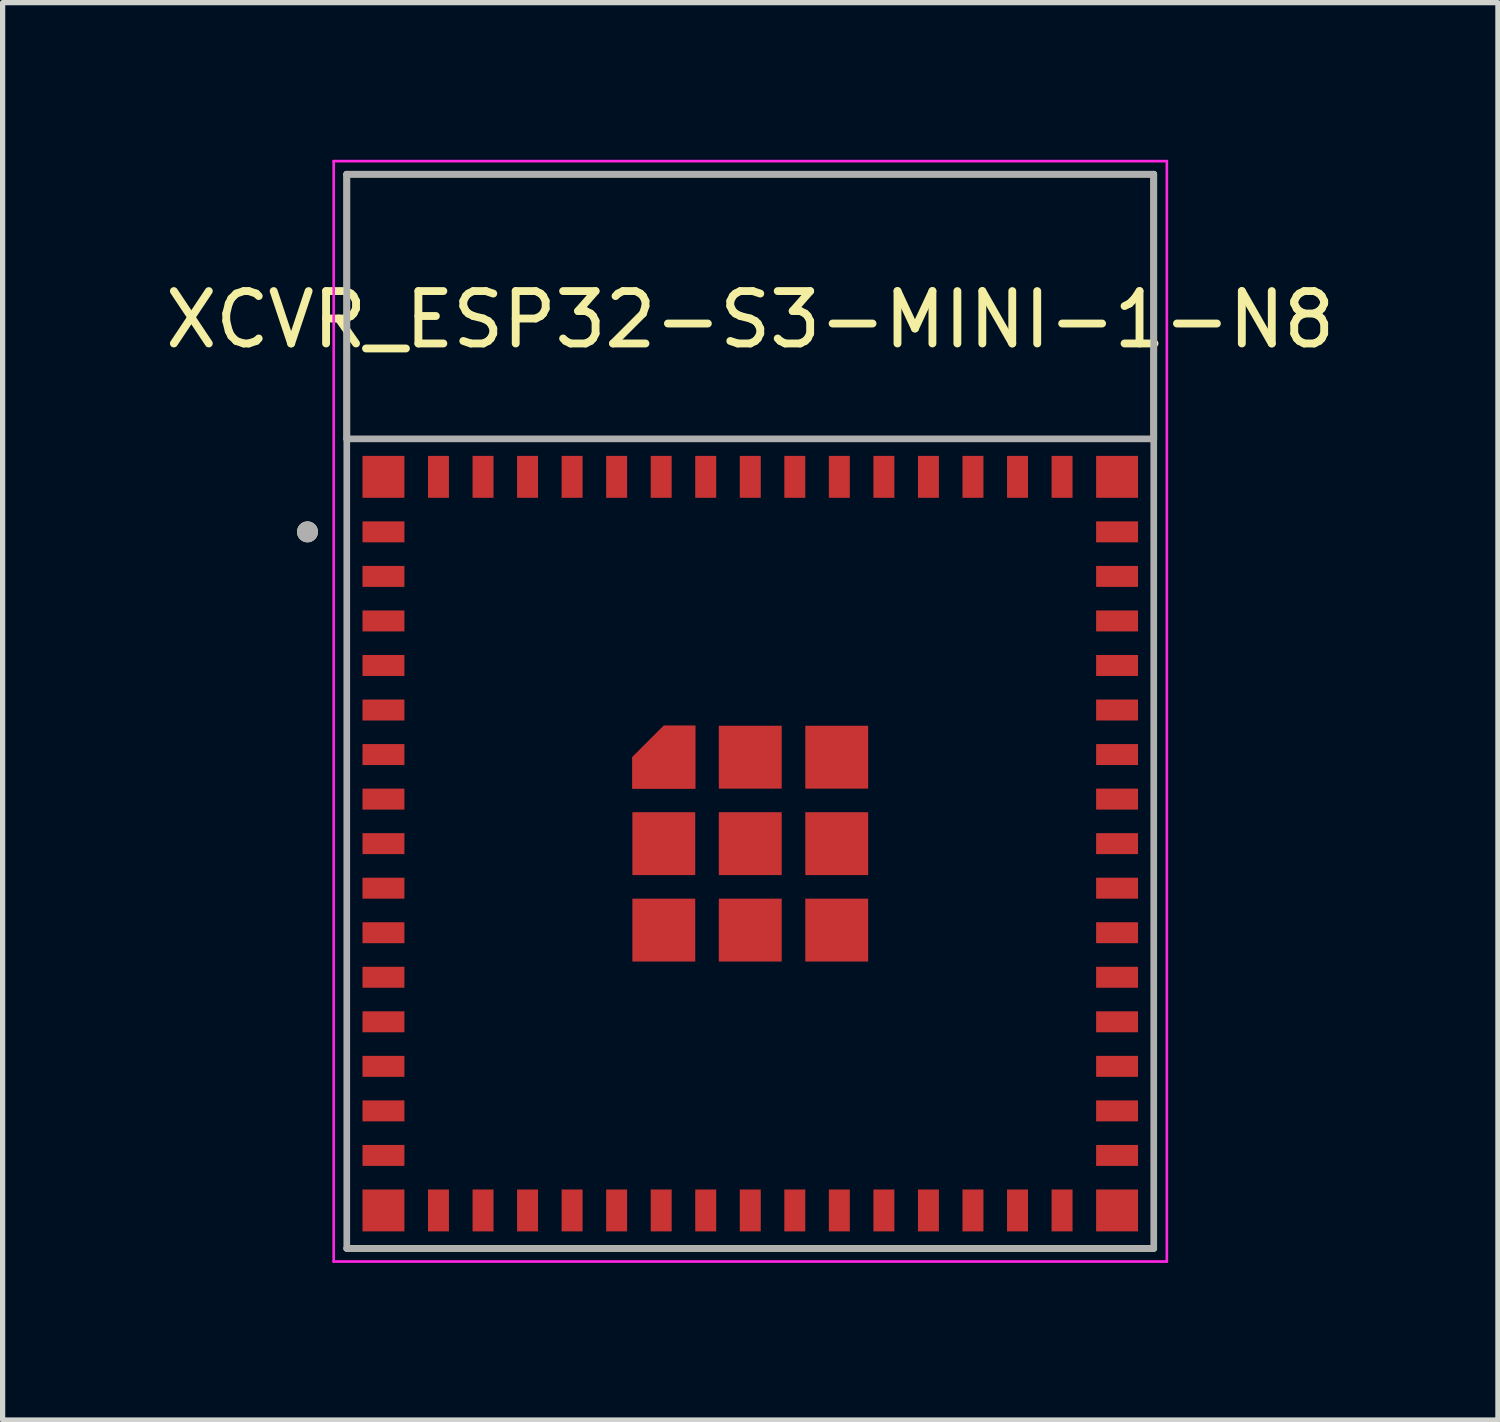
<source format=kicad_pcb>
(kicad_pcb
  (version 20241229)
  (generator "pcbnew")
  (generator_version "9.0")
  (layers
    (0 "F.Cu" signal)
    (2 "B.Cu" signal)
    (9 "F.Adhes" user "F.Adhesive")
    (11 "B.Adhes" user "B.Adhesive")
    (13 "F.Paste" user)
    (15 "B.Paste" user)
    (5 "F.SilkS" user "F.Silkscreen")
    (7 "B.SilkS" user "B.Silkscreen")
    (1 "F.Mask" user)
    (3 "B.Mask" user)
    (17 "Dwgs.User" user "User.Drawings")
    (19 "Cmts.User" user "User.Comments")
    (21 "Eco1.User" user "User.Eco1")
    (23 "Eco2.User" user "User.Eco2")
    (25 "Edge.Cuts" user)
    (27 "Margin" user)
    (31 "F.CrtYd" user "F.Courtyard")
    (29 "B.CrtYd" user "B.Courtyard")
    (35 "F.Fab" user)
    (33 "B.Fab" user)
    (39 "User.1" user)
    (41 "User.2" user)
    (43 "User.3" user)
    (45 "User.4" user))
  (footprint "XCVR_ESP32-S3-MINI-1-N8"
    (layer "F.Cu")
    (at 11.268 13.05)
    (property "Reference" "XCVR_ESP32-S3-MINI-1-N8" (at 0 -10 0) (layer "F.SilkS") (effects (font (size 1 1) (thickness 0.15))))
    (attr smd)
    (fp_poly (pts (xy -2.35 -0.95) (xy -0.95 -0.95) (xy -0.95 -2.35) (xy -1.7 -2.35) (xy -2.35 -1.7)) (stroke (width 0.01) (type solid)) (fill yes) (layer "F.Mask"))
    (fp_line (start -7.7 -12.775) (end 7.7 -12.775) (stroke (width 0.127) (type solid)) (layer "F.SilkS"))
    (fp_line (start -7.7 -7.725) (end -7.7 -12.775) (stroke (width 0.127) (type solid)) (layer "F.SilkS"))
    (fp_line (start 7.7 -12.775) (end 7.7 -7.725) (stroke (width 0.127) (type solid)) (layer "F.SilkS"))
    (fp_line (start 7.7 7.725) (end -7.7 7.725) (stroke (width 0.127) (type solid)) (layer "F.SilkS"))
    (fp_circle (center -8.45 -5.95) (end -8.35 -5.95) (stroke (width 0.2) (type solid)) (fill no) (layer "F.SilkS"))
    (fp_poly (pts (xy -2.25 -1.05) (xy -1.05 -1.05) (xy -1.05 -2.25) (xy -1.65 -2.25) (xy -2.25 -1.65)) (stroke (width 0.01) (type solid)) (fill yes) (layer "F.Paste"))
    (fp_line (start -7.95 -13.025) (end -7.95 7.975) (stroke (width 0.05) (type solid)) (layer "F.CrtYd"))
    (fp_line (start -7.95 7.975) (end 7.95 7.975) (stroke (width 0.05) (type solid)) (layer "F.CrtYd"))
    (fp_line (start 7.95 -13.025) (end -7.95 -13.025) (stroke (width 0.05) (type solid)) (layer "F.CrtYd"))
    (fp_line (start 7.95 7.975) (end 7.95 -13.025) (stroke (width 0.05) (type solid)) (layer "F.CrtYd"))
    (fp_line (start -7.7 -12.775) (end 7.7 -12.775) (stroke (width 0.127) (type solid)) (layer "F.Fab"))
    (fp_line (start -7.7 -7.725) (end -7.7 -12.775) (stroke (width 0.127) (type solid)) (layer "F.Fab"))
    (fp_line (start -7.7 -7.725) (end 7.7 -7.725) (stroke (width 0.127) (type solid)) (layer "F.Fab"))
    (fp_line (start -7.7 7.725) (end -7.7 -7.725) (stroke (width 0.127) (type solid)) (layer "F.Fab"))
    (fp_line (start 7.7 -12.775) (end 7.7 -7.725) (stroke (width 0.127) (type solid)) (layer "F.Fab"))
    (fp_line (start 7.7 -7.725) (end 7.7 7.725) (stroke (width 0.127) (type solid)) (layer "F.Fab"))
    (fp_line (start 7.7 7.725) (end -7.7 7.725) (stroke (width 0.127) (type solid)) (layer "F.Fab"))
    (fp_circle (center -8.45 -5.95) (end -8.35 -5.95) (stroke (width 0.2) (type solid)) (fill no) (layer "F.Fab"))
    (pad "1" smd rect (at -7 -5.95) (size 0.8 0.4) (layers "F.Cu" "F.Mask" "F.Paste"))
    (pad "2" smd rect (at -7 -5.1) (size 0.8 0.4) (layers "F.Cu" "F.Mask" "F.Paste"))
    (pad "3" smd rect (at -7 -4.25) (size 0.8 0.4) (layers "F.Cu" "F.Mask" "F.Paste"))
    (pad "4" smd rect (at -7 -3.4) (size 0.8 0.4) (layers "F.Cu" "F.Mask" "F.Paste"))
    (pad "5" smd rect (at -7 -2.55) (size 0.8 0.4) (layers "F.Cu" "F.Mask" "F.Paste"))
    (pad "6" smd rect (at -7 -1.7) (size 0.8 0.4) (layers "F.Cu" "F.Mask" "F.Paste"))
    (pad "7" smd rect (at -7 -0.85) (size 0.8 0.4) (layers "F.Cu" "F.Mask" "F.Paste"))
    (pad "8" smd rect (at -7 0) (size 0.8 0.4) (layers "F.Cu" "F.Mask" "F.Paste"))
    (pad "9" smd rect (at -7 0.85) (size 0.8 0.4) (layers "F.Cu" "F.Mask" "F.Paste"))
    (pad "10" smd rect (at -7 1.7) (size 0.8 0.4) (layers "F.Cu" "F.Mask" "F.Paste"))
    (pad "11" smd rect (at -7 2.55) (size 0.8 0.4) (layers "F.Cu" "F.Mask" "F.Paste"))
    (pad "12" smd rect (at -7 3.4) (size 0.8 0.4) (layers "F.Cu" "F.Mask" "F.Paste"))
    (pad "13" smd rect (at -7 4.25) (size 0.8 0.4) (layers "F.Cu" "F.Mask" "F.Paste"))
    (pad "14" smd rect (at -7 5.1) (size 0.8 0.4) (layers "F.Cu" "F.Mask" "F.Paste"))
    (pad "15" smd rect (at -7 5.95) (size 0.8 0.4) (layers "F.Cu" "F.Mask" "F.Paste"))
    (pad "16" smd rect (at -5.95 7) (size 0.4 0.8) (layers "F.Cu" "F.Mask" "F.Paste"))
    (pad "17" smd rect (at -5.1 7) (size 0.4 0.8) (layers "F.Cu" "F.Mask" "F.Paste"))
    (pad "18" smd rect (at -4.25 7) (size 0.4 0.8) (layers "F.Cu" "F.Mask" "F.Paste"))
    (pad "19" smd rect (at -3.4 7) (size 0.4 0.8) (layers "F.Cu" "F.Mask" "F.Paste"))
    (pad "20" smd rect (at -2.55 7) (size 0.4 0.8) (layers "F.Cu" "F.Mask" "F.Paste"))
    (pad "21" smd rect (at -1.7 7) (size 0.4 0.8) (layers "F.Cu" "F.Mask" "F.Paste"))
    (pad "22" smd rect (at -0.85 7) (size 0.4 0.8) (layers "F.Cu" "F.Mask" "F.Paste"))
    (pad "23" smd rect (at 0 7) (size 0.4 0.8) (layers "F.Cu" "F.Mask" "F.Paste"))
    (pad "24" smd rect (at 0.85 7) (size 0.4 0.8) (layers "F.Cu" "F.Mask" "F.Paste"))
    (pad "25" smd rect (at 1.7 7) (size 0.4 0.8) (layers "F.Cu" "F.Mask" "F.Paste"))
    (pad "26" smd rect (at 2.55 7) (size 0.4 0.8) (layers "F.Cu" "F.Mask" "F.Paste"))
    (pad "27" smd rect (at 3.4 7) (size 0.4 0.8) (layers "F.Cu" "F.Mask" "F.Paste"))
    (pad "28" smd rect (at 4.25 7) (size 0.4 0.8) (layers "F.Cu" "F.Mask" "F.Paste"))
    (pad "29" smd rect (at 5.1 7) (size 0.4 0.8) (layers "F.Cu" "F.Mask" "F.Paste"))
    (pad "30" smd rect (at 5.95 7) (size 0.4 0.8) (layers "F.Cu" "F.Mask" "F.Paste"))
    (pad "31" smd rect (at 7 5.95) (size 0.8 0.4) (layers "F.Cu" "F.Mask" "F.Paste"))
    (pad "32" smd rect (at 7 5.1) (size 0.8 0.4) (layers "F.Cu" "F.Mask" "F.Paste"))
    (pad "33" smd rect (at 7 4.25) (size 0.8 0.4) (layers "F.Cu" "F.Mask" "F.Paste"))
    (pad "34" smd rect (at 7 3.4) (size 0.8 0.4) (layers "F.Cu" "F.Mask" "F.Paste"))
    (pad "35" smd rect (at 7 2.55) (size 0.8 0.4) (layers "F.Cu" "F.Mask" "F.Paste"))
    (pad "36" smd rect (at 7 1.7) (size 0.8 0.4) (layers "F.Cu" "F.Mask" "F.Paste"))
    (pad "37" smd rect (at 7 0.85) (size 0.8 0.4) (layers "F.Cu" "F.Mask" "F.Paste"))
    (pad "38" smd rect (at 7 0) (size 0.8 0.4) (layers "F.Cu" "F.Mask" "F.Paste"))
    (pad "39" smd rect (at 7 -0.85) (size 0.8 0.4) (layers "F.Cu" "F.Mask" "F.Paste"))
    (pad "40" smd rect (at 7 -1.7) (size 0.8 0.4) (layers "F.Cu" "F.Mask" "F.Paste"))
    (pad "41" smd rect (at 7 -2.55) (size 0.8 0.4) (layers "F.Cu" "F.Mask" "F.Paste"))
    (pad "42" smd rect (at 7 -3.4) (size 0.8 0.4) (layers "F.Cu" "F.Mask" "F.Paste"))
    (pad "43" smd rect (at 7 -4.25) (size 0.8 0.4) (layers "F.Cu" "F.Mask" "F.Paste"))
    (pad "44" smd rect (at 7 -5.1) (size 0.8 0.4) (layers "F.Cu" "F.Mask" "F.Paste"))
    (pad "45" smd rect (at 7 -5.95) (size 0.8 0.4) (layers "F.Cu" "F.Mask" "F.Paste"))
    (pad "46" smd rect (at 5.95 -7) (size 0.4 0.8) (layers "F.Cu" "F.Mask" "F.Paste"))
    (pad "47" smd rect (at 5.1 -7) (size 0.4 0.8) (layers "F.Cu" "F.Mask" "F.Paste"))
    (pad "48" smd rect (at 4.25 -7) (size 0.4 0.8) (layers "F.Cu" "F.Mask" "F.Paste"))
    (pad "49" smd rect (at 3.4 -7) (size 0.4 0.8) (layers "F.Cu" "F.Mask" "F.Paste"))
    (pad "50" smd rect (at 2.55 -7) (size 0.4 0.8) (layers "F.Cu" "F.Mask" "F.Paste"))
    (pad "51" smd rect (at 1.7 -7) (size 0.4 0.8) (layers "F.Cu" "F.Mask" "F.Paste"))
    (pad "52" smd rect (at 0.85 -7) (size 0.4 0.8) (layers "F.Cu" "F.Mask" "F.Paste"))
    (pad "53" smd rect (at 0 -7) (size 0.4 0.8) (layers "F.Cu" "F.Mask" "F.Paste"))
    (pad "54" smd rect (at -0.85 -7) (size 0.4 0.8) (layers "F.Cu" "F.Mask" "F.Paste"))
    (pad "55" smd rect (at -1.7 -7) (size 0.4 0.8) (layers "F.Cu" "F.Mask" "F.Paste"))
    (pad "56" smd rect (at -2.55 -7) (size 0.4 0.8) (layers "F.Cu" "F.Mask" "F.Paste"))
    (pad "57" smd rect (at -3.4 -7) (size 0.4 0.8) (layers "F.Cu" "F.Mask" "F.Paste"))
    (pad "58" smd rect (at -4.25 -7) (size 0.4 0.8) (layers "F.Cu" "F.Mask" "F.Paste"))
    (pad "59" smd rect (at -5.1 -7) (size 0.4 0.8) (layers "F.Cu" "F.Mask" "F.Paste"))
    (pad "60" smd rect (at -5.95 -7) (size 0.4 0.8) (layers "F.Cu" "F.Mask" "F.Paste"))
    (pad "61" smd custom (at -1.65 -1.65) (size 0.4 0.4) (layers "F.Cu") (options (anchor rect)) (primitives (gr_poly (pts (xy -0.6 0.6) (xy 0.6 0.6) (xy 0.6 -0.6) (xy 0 -0.6) (xy -0.6 0)) (width 0.01) (fill yes))))
    (pad "61" smd rect (at -1.65 0) (size 1.2 1.2) (layers "F.Cu" "F.Mask" "F.Paste"))
    (pad "61" smd rect (at -1.65 1.65) (size 1.2 1.2) (layers "F.Cu" "F.Mask" "F.Paste"))
    (pad "61" smd rect (at 0 -1.65) (size 1.2 1.2) (layers "F.Cu" "F.Mask" "F.Paste"))
    (pad "61" smd rect (at 0 0) (size 1.2 1.2) (layers "F.Cu" "F.Mask" "F.Paste"))
    (pad "61" smd rect (at 0 1.65) (size 1.2 1.2) (layers "F.Cu" "F.Mask" "F.Paste"))
    (pad "61" smd rect (at 1.65 -1.65) (size 1.2 1.2) (layers "F.Cu" "F.Mask" "F.Paste"))
    (pad "61" smd rect (at 1.65 0) (size 1.2 1.2) (layers "F.Cu" "F.Mask" "F.Paste"))
    (pad "61" smd rect (at 1.65 1.65) (size 1.2 1.2) (layers "F.Cu" "F.Mask" "F.Paste"))
    (pad "62" smd rect (at -7 -7) (size 0.8 0.8) (layers "F.Cu" "F.Mask" "F.Paste"))
    (pad "63" smd rect (at -7 7) (size 0.8 0.8) (layers "F.Cu" "F.Mask" "F.Paste"))
    (pad "64" smd rect (at 7 7) (size 0.8 0.8) (layers "F.Cu" "F.Mask" "F.Paste"))
    (pad "65" smd rect (at 7 -7) (size 0.8 0.8) (layers "F.Cu" "F.Mask" "F.Paste"))
    (zone (net_name "") (layer "F.Cu") (hatch full 0.508) (connect_pads) (min_thickness 0.01) (filled_areas_thickness no) (keepout (tracks not_allowed) (vias not_allowed) (pads not_allowed) (copperpour not_allowed) (footprints allowed)) (placement (enabled no)) (fill) (polygon (pts (xy 3.568 0.275) (xy 18.968 0.275) (xy 18.968 5.325) (xy 3.568 5.325))))
    (zone (net_name "") (layers "F.Cu" "B.Cu") (hatch full 0.508) (connect_pads) (min_thickness 0.01) (filled_areas_thickness no) (keepout (tracks allowed) (vias not_allowed) (pads allowed) (copperpour allowed) (footprints allowed)) (placement (enabled no)) (fill) (polygon (pts (xy 3.568 0.275) (xy 18.968 0.275) (xy 18.968 5.325) (xy 3.568 5.325))))
    (zone (net_name "") (layer "B.Cu") (hatch full 0.508) (connect_pads) (min_thickness 0.01) (filled_areas_thickness no) (keepout (tracks not_allowed) (vias not_allowed) (pads not_allowed) (copperpour not_allowed) (footprints allowed)) (placement (enabled no)) (fill) (polygon (pts (xy 3.568 0.275) (xy 18.968 0.275) (xy 18.968 5.325) (xy 3.568 5.325)))))
  (gr_rect
    (start -3 -3)
    (end 25.536 24.05)
    (stroke (width 0.1) (type default))
    (fill no)
    (layer "Edge.Cuts")))
</source>
